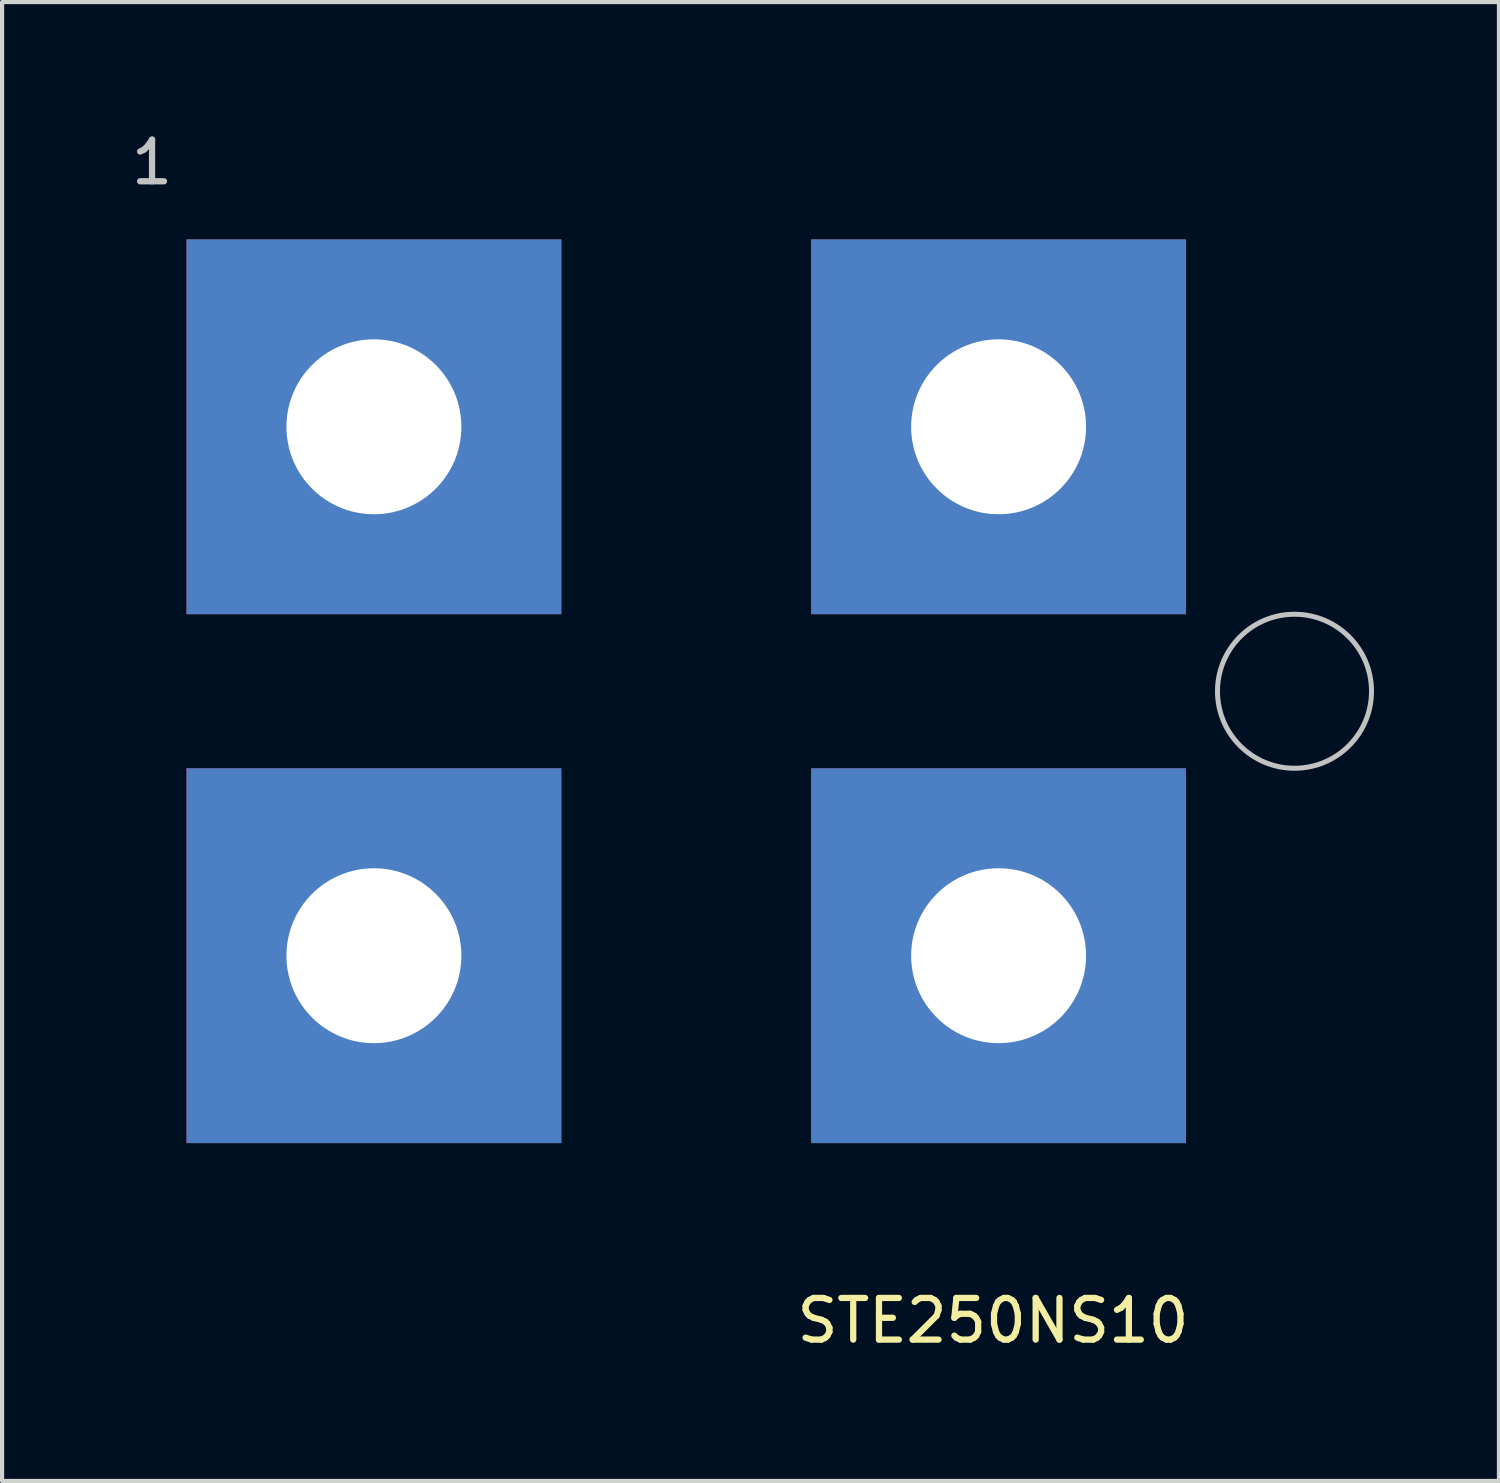
<source format=kicad_pcb>
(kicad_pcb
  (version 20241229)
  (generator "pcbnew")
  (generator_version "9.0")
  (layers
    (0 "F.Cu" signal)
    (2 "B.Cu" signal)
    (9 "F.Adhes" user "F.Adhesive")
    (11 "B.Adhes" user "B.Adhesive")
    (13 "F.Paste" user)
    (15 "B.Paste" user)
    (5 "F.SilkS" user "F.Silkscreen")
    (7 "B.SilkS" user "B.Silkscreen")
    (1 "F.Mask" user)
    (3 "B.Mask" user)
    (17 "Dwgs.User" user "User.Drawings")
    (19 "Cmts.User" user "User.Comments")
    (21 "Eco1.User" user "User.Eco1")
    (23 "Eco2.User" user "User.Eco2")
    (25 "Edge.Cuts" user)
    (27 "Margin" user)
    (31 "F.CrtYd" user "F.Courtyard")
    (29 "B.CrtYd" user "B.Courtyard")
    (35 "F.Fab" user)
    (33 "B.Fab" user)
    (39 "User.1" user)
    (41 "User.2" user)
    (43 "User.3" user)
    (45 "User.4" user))
  (footprint "STE250NS10"
    (layer "F.Cu")
    (at 13.428 13.548)
    (property "Reference" "STE250NS10" (at 7.366 15.113 0) (layer "F.SilkS") (effects (font (size 1 1) (thickness 0.15))))
    (attr through_hole)
    (fp_circle (center 14.605 0) (end 16.383 -0.508) (stroke (width 0.12) (type solid)) (fill no) (layer "Dwgs.User"))
    (fp_text user "1" (at -12.827 -12.7 0) (layer "Dwgs.User") (effects (font (size 1 1) (thickness 0.15))))
    (pad "1" thru_hole rect (at -7.5 -6.35) (size 9 9) (drill 4.2) (layers "*.Cu" "*.Mask"))
    (pad "2" thru_hole rect (at -7.5 6.35) (size 9 9) (drill 4.2) (layers "*.Cu" "*.Mask"))
    (pad "3" thru_hole rect (at 7.5 -6.35) (size 9 9) (drill 4.2) (layers "*.Cu" "*.Mask"))
    (pad "3" thru_hole rect (at 7.5 6.35) (size 9 9) (drill 4.2) (layers "*.Cu" "*.Mask")))
  (gr_rect
    (start -3 -3)
    (end 32.942 32.51)
    (stroke (width 0.1) (type default))
    (fill no)
    (layer "Edge.Cuts")))
</source>
